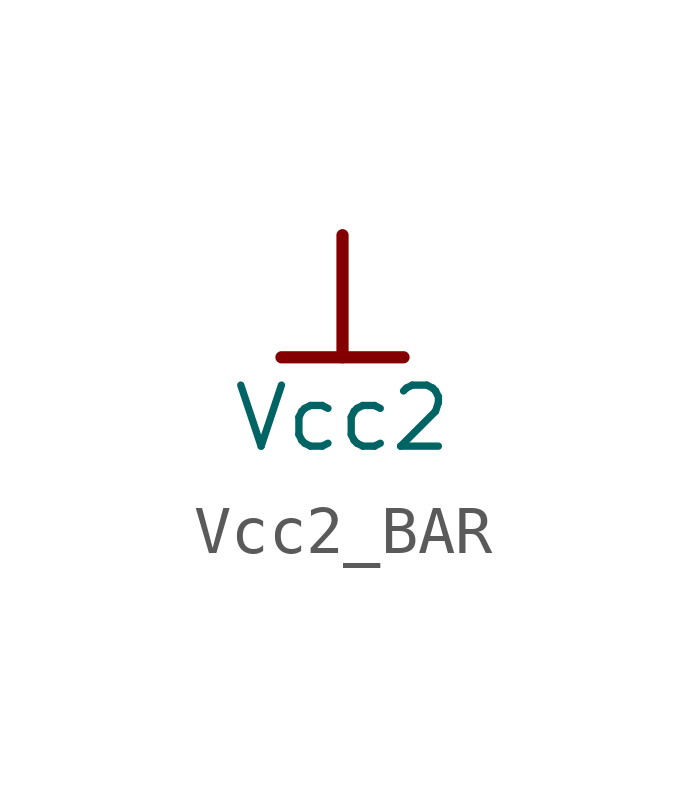
<source format=kicad_sym>
(kicad_symbol_lib
  (version 20241209)
  (generator "kicad_symbol_editor")
  (generator_version "9.0")
  (symbol "Vcc2_BAR"
    (power)
    (property "Reference" "#PWR"
      (at 0 0 0)
      (effects (font (size 1.27 1.27)) (hide yes)))
    (property "Value" "Vcc2"
      (at 0 -3.81 0)
      (effects (font (size 1.27 1.27))))
    (symbol "Vcc2_BAR_0_0"
      (polyline (pts (xy -1.27 -2.54) (xy 1.27 -2.54)) (stroke (width 0.254) (type solid)) (fill (type none)))
      (polyline (pts (xy 0 0) (xy 0 -2.54)) (stroke (width 0.254) (type solid)) (fill (type none)))
      (pin power_in line (at 0 0 0) (length 0) (hide yes) (name "Vcc2" (effects (font (size 1.27 1.27)))) (number "" (effects (font (size 1.27 1.27))))))))
</source>
